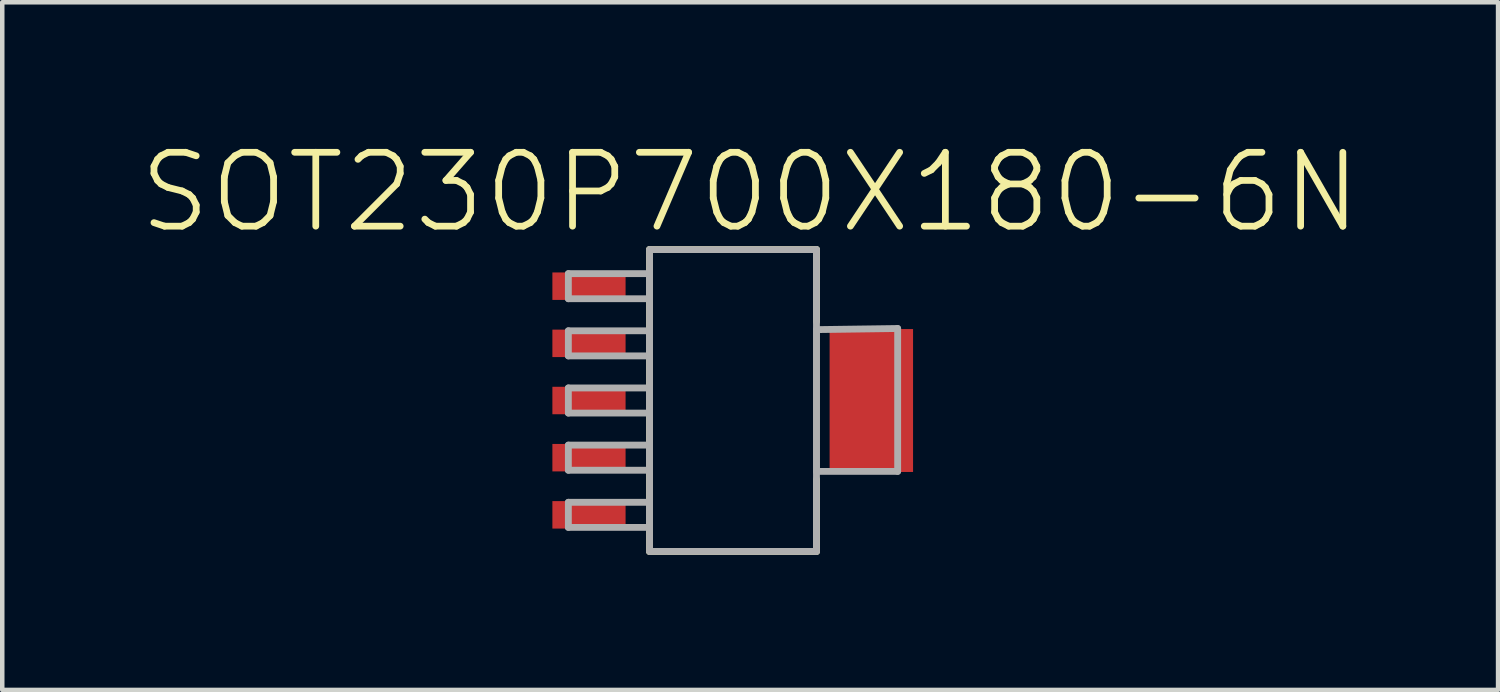
<source format=kicad_pcb>
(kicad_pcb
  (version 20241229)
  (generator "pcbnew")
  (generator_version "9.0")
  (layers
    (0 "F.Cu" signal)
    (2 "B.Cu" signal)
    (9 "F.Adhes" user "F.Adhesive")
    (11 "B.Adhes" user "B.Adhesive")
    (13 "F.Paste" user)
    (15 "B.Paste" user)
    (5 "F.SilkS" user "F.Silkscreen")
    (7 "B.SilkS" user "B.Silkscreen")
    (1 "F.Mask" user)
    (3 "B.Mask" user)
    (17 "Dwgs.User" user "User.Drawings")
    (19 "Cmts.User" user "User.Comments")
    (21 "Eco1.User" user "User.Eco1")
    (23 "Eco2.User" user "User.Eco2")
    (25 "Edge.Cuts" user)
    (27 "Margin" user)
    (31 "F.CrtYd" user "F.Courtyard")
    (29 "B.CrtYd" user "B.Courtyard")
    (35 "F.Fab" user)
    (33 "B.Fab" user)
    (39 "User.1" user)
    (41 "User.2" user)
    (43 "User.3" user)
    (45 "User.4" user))
  (footprint "SOT230P700X180-6N"
    (layer "F.Cu")
    (at 13.235 5.848)
    (property "Reference" "SOT230P700X180-6N" (at 0.381 -4.625 0) (layer "F.SilkS") (effects (font (size 1.641 1.641) (thickness 0.15))))
    (attr through_hole)
    (fp_line (start -1.854 -3.353) (end -1.854 3.353) (stroke (width 0.152) (type solid)) (layer "F.SilkS"))
    (fp_line (start -1.854 3.353) (end 1.854 3.353) (stroke (width 0.152) (type solid)) (layer "F.SilkS"))
    (fp_line (start 1.854 -3.353) (end -1.854 -3.353) (stroke (width 0.152) (type solid)) (layer "F.SilkS"))
    (fp_line (start 1.854 -1.753) (end 1.854 -3.353) (stroke (width 0.152) (type solid)) (layer "F.SilkS"))
    (fp_line (start 1.854 3.353) (end 1.854 1.753) (stroke (width 0.152) (type solid)) (layer "F.SilkS"))
    (fp_line (start -3.658 -2.819) (end -3.658 -2.261) (stroke (width 0.152) (type solid)) (layer "F.Fab"))
    (fp_line (start -3.658 -2.261) (end -1.854 -2.261) (stroke (width 0.152) (type solid)) (layer "F.Fab"))
    (fp_line (start -3.658 -1.549) (end -3.658 -0.991) (stroke (width 0.152) (type solid)) (layer "F.Fab"))
    (fp_line (start -3.658 -0.991) (end -1.854 -0.991) (stroke (width 0.152) (type solid)) (layer "F.Fab"))
    (fp_line (start -3.658 -0.279) (end -3.658 0.279) (stroke (width 0.152) (type solid)) (layer "F.Fab"))
    (fp_line (start -3.658 0.279) (end -1.854 0.279) (stroke (width 0.152) (type solid)) (layer "F.Fab"))
    (fp_line (start -3.658 0.991) (end -3.658 1.549) (stroke (width 0.152) (type solid)) (layer "F.Fab"))
    (fp_line (start -3.658 1.549) (end -1.854 1.549) (stroke (width 0.152) (type solid)) (layer "F.Fab"))
    (fp_line (start -3.658 2.261) (end -3.658 2.819) (stroke (width 0.152) (type solid)) (layer "F.Fab"))
    (fp_line (start -3.658 2.819) (end -1.854 2.819) (stroke (width 0.152) (type solid)) (layer "F.Fab"))
    (fp_line (start -1.854 -3.353) (end -1.854 3.353) (stroke (width 0.152) (type solid)) (layer "F.Fab"))
    (fp_line (start -1.854 -2.819) (end -3.658 -2.819) (stroke (width 0.152) (type solid)) (layer "F.Fab"))
    (fp_line (start -1.854 -2.261) (end -1.854 -2.819) (stroke (width 0.152) (type solid)) (layer "F.Fab"))
    (fp_line (start -1.854 -1.549) (end -3.658 -1.549) (stroke (width 0.152) (type solid)) (layer "F.Fab"))
    (fp_line (start -1.854 -0.991) (end -1.854 -1.549) (stroke (width 0.152) (type solid)) (layer "F.Fab"))
    (fp_line (start -1.854 -0.279) (end -3.658 -0.279) (stroke (width 0.152) (type solid)) (layer "F.Fab"))
    (fp_line (start -1.854 0.279) (end -1.854 -0.279) (stroke (width 0.152) (type solid)) (layer "F.Fab"))
    (fp_line (start -1.854 0.991) (end -3.658 0.991) (stroke (width 0.152) (type solid)) (layer "F.Fab"))
    (fp_line (start -1.854 1.549) (end -1.854 0.991) (stroke (width 0.152) (type solid)) (layer "F.Fab"))
    (fp_line (start -1.854 2.261) (end -3.658 2.261) (stroke (width 0.152) (type solid)) (layer "F.Fab"))
    (fp_line (start -1.854 2.819) (end -1.854 2.261) (stroke (width 0.152) (type solid)) (layer "F.Fab"))
    (fp_line (start -1.854 3.353) (end 1.854 3.353) (stroke (width 0.152) (type solid)) (layer "F.Fab"))
    (fp_line (start 1.854 -3.353) (end -1.854 -3.353) (stroke (width 0.152) (type solid)) (layer "F.Fab"))
    (fp_line (start 1.854 -1.575) (end 1.854 1.575) (stroke (width 0.152) (type solid)) (layer "F.Fab"))
    (fp_line (start 1.854 1.575) (end 3.658 1.575) (stroke (width 0.152) (type solid)) (layer "F.Fab"))
    (fp_line (start 1.854 3.353) (end 1.854 -3.353) (stroke (width 0.152) (type solid)) (layer "F.Fab"))
    (fp_line (start 3.658 -1.6) (end 1.854 -1.575) (stroke (width 0.152) (type solid)) (layer "F.Fab"))
    (fp_line (start 3.658 1.575) (end 3.658 -1.6) (stroke (width 0.152) (type solid)) (layer "F.Fab"))
    (pad "1" smd rect (at -3.2 -2.54) (size 1.626 0.61) (layers "F.Cu" "F.Mask" "F.Paste"))
    (pad "2" smd rect (at -3.2 -1.27) (size 1.626 0.61) (layers "F.Cu" "F.Mask" "F.Paste"))
    (pad "3" smd rect (at -3.2 0) (size 1.626 0.61) (layers "F.Cu" "F.Mask" "F.Paste"))
    (pad "4" smd rect (at -3.2 1.27) (size 1.626 0.61) (layers "F.Cu" "F.Mask" "F.Paste"))
    (pad "5" smd rect (at -3.2 2.54) (size 1.626 0.61) (layers "F.Cu" "F.Mask" "F.Paste"))
    (pad "6" smd rect (at 3.073 0) (size 1.854 3.175) (layers "F.Cu" "F.Mask" "F.Paste")))
  (gr_rect
    (start -3 -3)
    (end 30.232 12.277)
    (stroke (width 0.1) (type default))
    (fill no)
    (layer "Edge.Cuts")))
</source>
